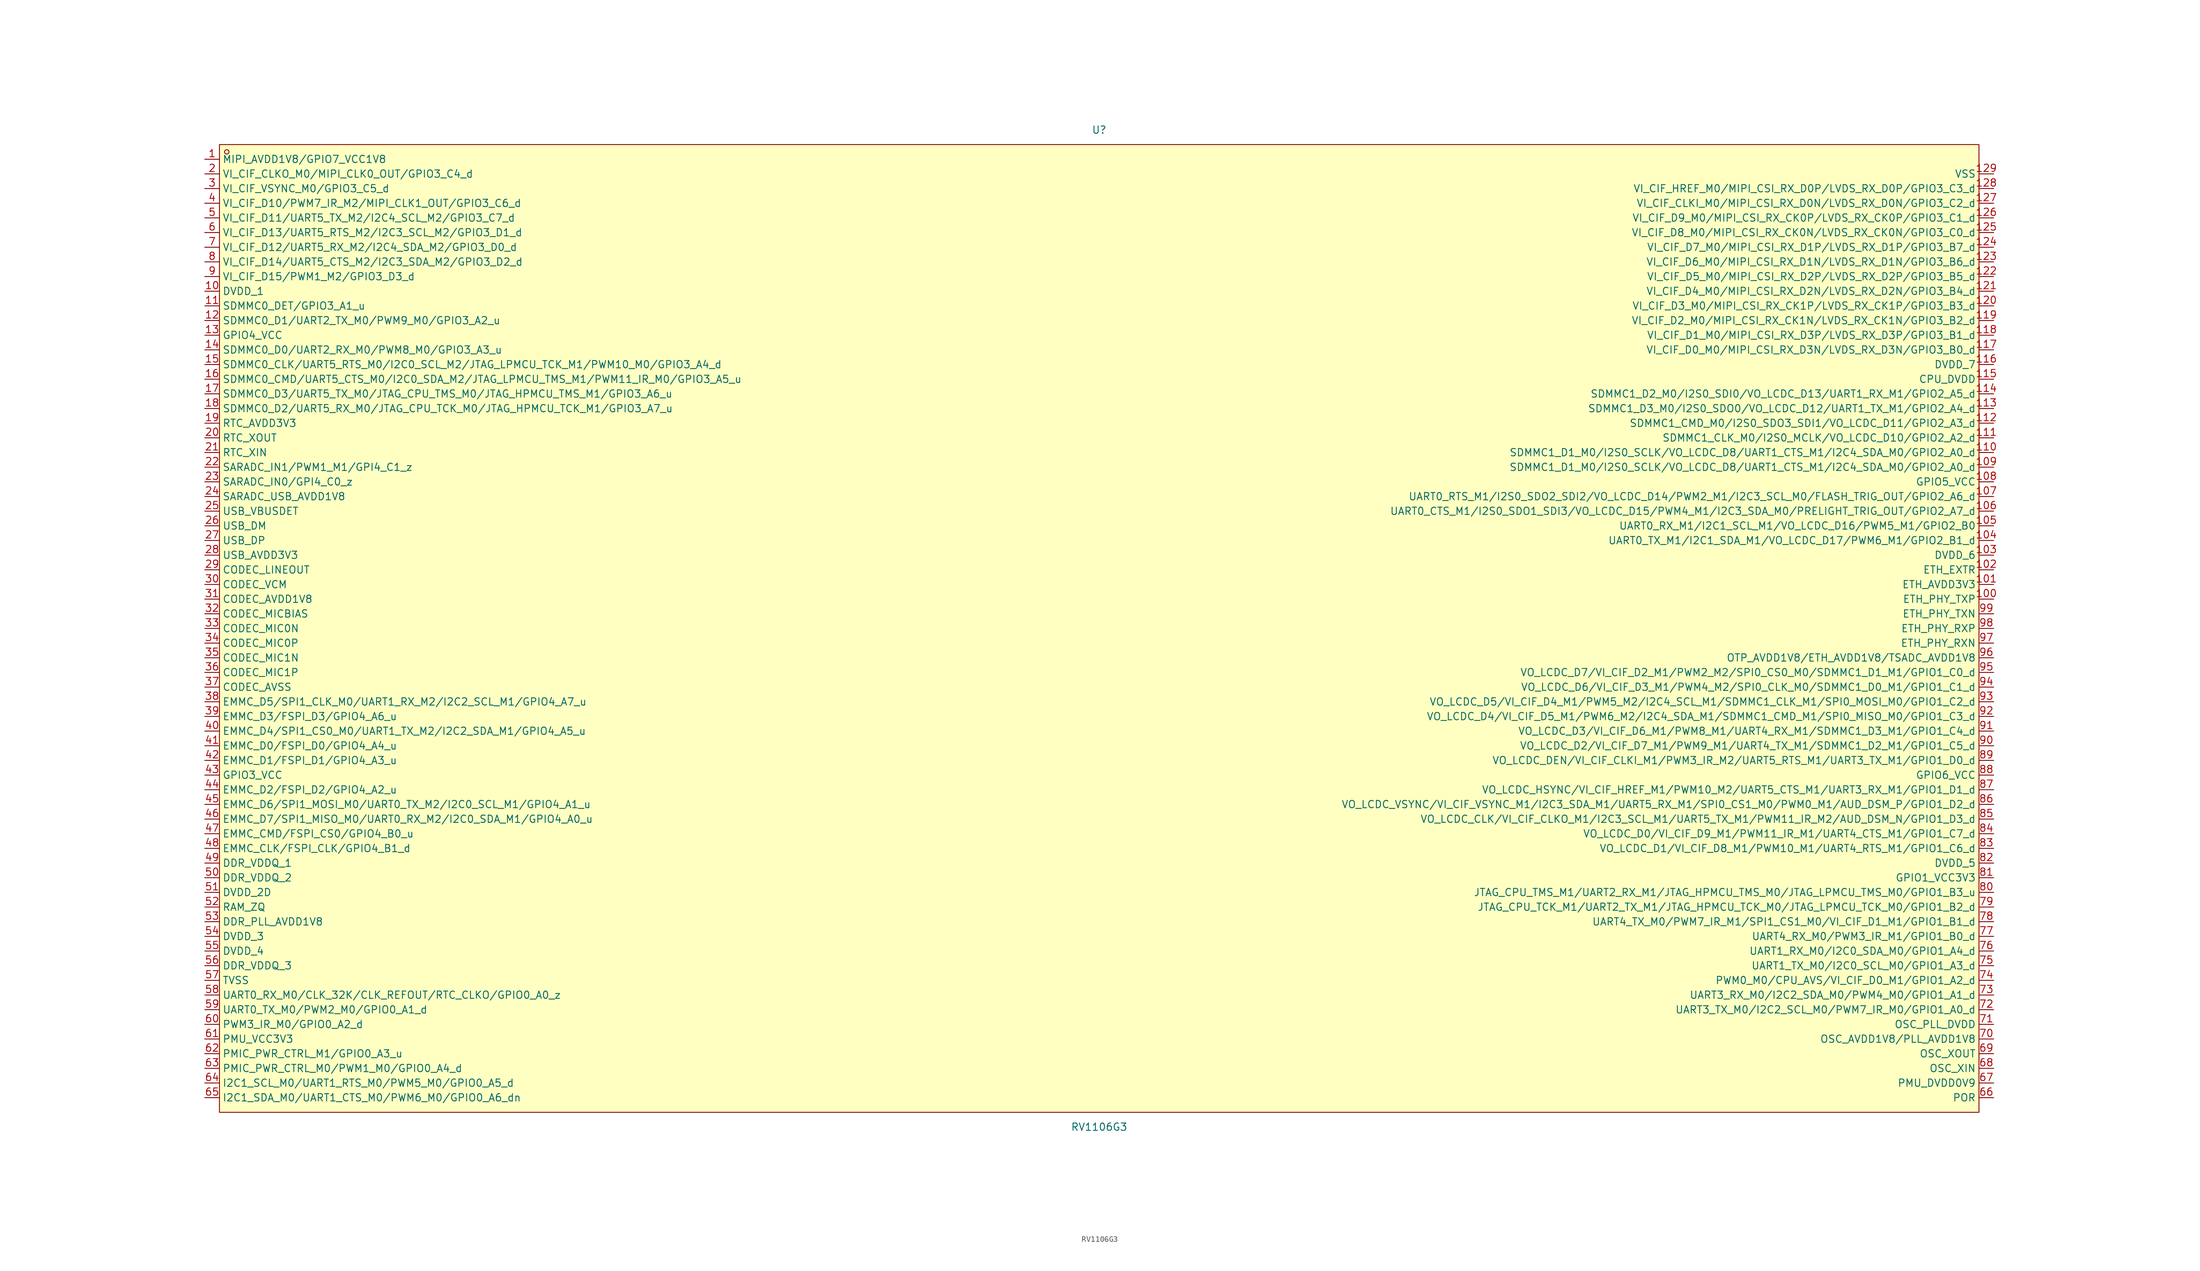
<source format=kicad_sym>
(kicad_symbol_lib
  (version 20211014)
  (generator https://github.com/uPesy/easyeda2kicad.py)
  (symbol "RV1106G3"
    (property "Reference" "U"
      (at 0 86.36 0)
      (effects (font (size 1.27 1.27))))
    (property "Value" "RV1106G3"
      (at 0 -86.36 0)
      (effects (font (size 1.27 1.27))))
    (symbol "RV1106G3_0_1"
      (rectangle (start -152.40 83.82) (end 152.40 -83.82) (stroke (width 0) (type default) (color 0 0 0 0)) (fill (type background)))
      (circle (center -151.13 82.55) (radius 0.38) (stroke (width 0) (type default) (color 0 0 0 0)) (fill (type none)))
      (pin unspecified line (at -154.94 81.28 0) (length 2.54) (name "MIPI_AVDD1V8/GPIO7_VCC1V8" (effects (font (size 1.27 1.27)))) (number "1" (effects (font (size 1.27 1.27)))))
      (pin unspecified line (at -154.94 78.74 0) (length 2.54) (name "VI_CIF_CLKO_M0/MIPI_CLK0_OUT/GPIO3_C4_d" (effects (font (size 1.27 1.27)))) (number "2" (effects (font (size 1.27 1.27)))))
      (pin unspecified line (at -154.94 76.20 0) (length 2.54) (name "VI_CIF_VSYNC_M0/GPIO3_C5_d" (effects (font (size 1.27 1.27)))) (number "3" (effects (font (size 1.27 1.27)))))
      (pin unspecified line (at -154.94 73.66 0) (length 2.54) (name "VI_CIF_D10/PWM7_IR_M2/MIPI_CLK1_OUT/GPIO3_C6_d" (effects (font (size 1.27 1.27)))) (number "4" (effects (font (size 1.27 1.27)))))
      (pin unspecified line (at -154.94 71.12 0) (length 2.54) (name "VI_CIF_D11/UART5_TX_M2/I2C4_SCL_M2/GPIO3_C7_d" (effects (font (size 1.27 1.27)))) (number "5" (effects (font (size 1.27 1.27)))))
      (pin unspecified line (at -154.94 68.58 0) (length 2.54) (name "VI_CIF_D13/UART5_RTS_M2/I2C3_SCL_M2/GPIO3_D1_d" (effects (font (size 1.27 1.27)))) (number "6" (effects (font (size 1.27 1.27)))))
      (pin unspecified line (at -154.94 66.04 0) (length 2.54) (name "VI_CIF_D12/UART5_RX_M2/I2C4_SDA_M2/GPIO3_D0_d" (effects (font (size 1.27 1.27)))) (number "7" (effects (font (size 1.27 1.27)))))
      (pin unspecified line (at -154.94 63.50 0) (length 2.54) (name "VI_CIF_D14/UART5_CTS_M2/I2C3_SDA_M2/GPIO3_D2_d" (effects (font (size 1.27 1.27)))) (number "8" (effects (font (size 1.27 1.27)))))
      (pin unspecified line (at -154.94 60.96 0) (length 2.54) (name "VI_CIF_D15/PWM1_M2/GPIO3_D3_d" (effects (font (size 1.27 1.27)))) (number "9" (effects (font (size 1.27 1.27)))))
      (pin unspecified line (at -154.94 58.42 0) (length 2.54) (name "DVDD_1" (effects (font (size 1.27 1.27)))) (number "10" (effects (font (size 1.27 1.27)))))
      (pin unspecified line (at -154.94 55.88 0) (length 2.54) (name "SDMMC0_DET/GPIO3_A1_u" (effects (font (size 1.27 1.27)))) (number "11" (effects (font (size 1.27 1.27)))))
      (pin unspecified line (at -154.94 53.34 0) (length 2.54) (name "SDMMC0_D1/UART2_TX_M0/PWM9_M0/GPIO3_A2_u" (effects (font (size 1.27 1.27)))) (number "12" (effects (font (size 1.27 1.27)))))
      (pin unspecified line (at -154.94 50.80 0) (length 2.54) (name "GPIO4_VCC" (effects (font (size 1.27 1.27)))) (number "13" (effects (font (size 1.27 1.27)))))
      (pin unspecified line (at -154.94 48.26 0) (length 2.54) (name "SDMMC0_D0/UART2_RX_M0/PWM8_M0/GPIO3_A3_u" (effects (font (size 1.27 1.27)))) (number "14" (effects (font (size 1.27 1.27)))))
      (pin unspecified line (at -154.94 45.72 0) (length 2.54) (name "SDMMC0_CLK/UART5_RTS_M0/I2C0_SCL_M2/JTAG_LPMCU_TCK_M1/PWM10_M0/GPIO3_A4_d" (effects (font (size 1.27 1.27)))) (number "15" (effects (font (size 1.27 1.27)))))
      (pin unspecified line (at -154.94 43.18 0) (length 2.54) (name "SDMMC0_CMD/UART5_CTS_M0/I2C0_SDA_M2/JTAG_LPMCU_TMS_M1/PWM11_IR_M0/GPIO3_A5_u" (effects (font (size 1.27 1.27)))) (number "16" (effects (font (size 1.27 1.27)))))
      (pin unspecified line (at -154.94 40.64 0) (length 2.54) (name "SDMMC0_D3/UART5_TX_M0/JTAG_CPU_TMS_M0/JTAG_HPMCU_TMS_M1/GPIO3_A6_u" (effects (font (size 1.27 1.27)))) (number "17" (effects (font (size 1.27 1.27)))))
      (pin unspecified line (at -154.94 38.10 0) (length 2.54) (name "SDMMC0_D2/UART5_RX_M0/JTAG_CPU_TCK_M0/JTAG_HPMCU_TCK_M1/GPIO3_A7_u" (effects (font (size 1.27 1.27)))) (number "18" (effects (font (size 1.27 1.27)))))
      (pin unspecified line (at -154.94 35.56 0) (length 2.54) (name "RTC_AVDD3V3" (effects (font (size 1.27 1.27)))) (number "19" (effects (font (size 1.27 1.27)))))
      (pin unspecified line (at -154.94 33.02 0) (length 2.54) (name "RTC_XOUT" (effects (font (size 1.27 1.27)))) (number "20" (effects (font (size 1.27 1.27)))))
      (pin unspecified line (at -154.94 30.48 0) (length 2.54) (name "RTC_XIN" (effects (font (size 1.27 1.27)))) (number "21" (effects (font (size 1.27 1.27)))))
      (pin unspecified line (at -154.94 27.94 0) (length 2.54) (name "SARADC_IN1/PWM1_M1/GPI4_C1_z" (effects (font (size 1.27 1.27)))) (number "22" (effects (font (size 1.27 1.27)))))
      (pin unspecified line (at -154.94 25.40 0) (length 2.54) (name "SARADC_IN0/GPI4_C0_z" (effects (font (size 1.27 1.27)))) (number "23" (effects (font (size 1.27 1.27)))))
      (pin unspecified line (at -154.94 22.86 0) (length 2.54) (name "SARADC_USB_AVDD1V8" (effects (font (size 1.27 1.27)))) (number "24" (effects (font (size 1.27 1.27)))))
      (pin unspecified line (at -154.94 20.32 0) (length 2.54) (name "USB_VBUSDET" (effects (font (size 1.27 1.27)))) (number "25" (effects (font (size 1.27 1.27)))))
      (pin unspecified line (at -154.94 17.78 0) (length 2.54) (name "USB_DM" (effects (font (size 1.27 1.27)))) (number "26" (effects (font (size 1.27 1.27)))))
      (pin unspecified line (at -154.94 15.24 0) (length 2.54) (name "USB_DP" (effects (font (size 1.27 1.27)))) (number "27" (effects (font (size 1.27 1.27)))))
      (pin unspecified line (at -154.94 12.70 0) (length 2.54) (name "USB_AVDD3V3" (effects (font (size 1.27 1.27)))) (number "28" (effects (font (size 1.27 1.27)))))
      (pin unspecified line (at -154.94 10.16 0) (length 2.54) (name "CODEC_LINEOUT" (effects (font (size 1.27 1.27)))) (number "29" (effects (font (size 1.27 1.27)))))
      (pin unspecified line (at -154.94 7.62 0) (length 2.54) (name "CODEC_VCM" (effects (font (size 1.27 1.27)))) (number "30" (effects (font (size 1.27 1.27)))))
      (pin unspecified line (at -154.94 5.08 0) (length 2.54) (name "CODEC_AVDD1V8" (effects (font (size 1.27 1.27)))) (number "31" (effects (font (size 1.27 1.27)))))
      (pin unspecified line (at -154.94 2.54 0) (length 2.54) (name "CODEC_MICBIAS" (effects (font (size 1.27 1.27)))) (number "32" (effects (font (size 1.27 1.27)))))
      (pin unspecified line (at -154.94 -0.00 0) (length 2.54) (name "CODEC_MIC0N" (effects (font (size 1.27 1.27)))) (number "33" (effects (font (size 1.27 1.27)))))
      (pin unspecified line (at -154.94 -2.54 0) (length 2.54) (name "CODEC_MIC0P" (effects (font (size 1.27 1.27)))) (number "34" (effects (font (size 1.27 1.27)))))
      (pin unspecified line (at -154.94 -5.08 0) (length 2.54) (name "CODEC_MIC1N" (effects (font (size 1.27 1.27)))) (number "35" (effects (font (size 1.27 1.27)))))
      (pin unspecified line (at -154.94 -7.62 0) (length 2.54) (name "CODEC_MIC1P" (effects (font (size 1.27 1.27)))) (number "36" (effects (font (size 1.27 1.27)))))
      (pin unspecified line (at -154.94 -10.16 0) (length 2.54) (name "CODEC_AVSS" (effects (font (size 1.27 1.27)))) (number "37" (effects (font (size 1.27 1.27)))))
      (pin unspecified line (at -154.94 -12.70 0) (length 2.54) (name "EMMC_D5/SPI1_CLK_M0/UART1_RX_M2/I2C2_SCL_M1/GPIO4_A7_u" (effects (font (size 1.27 1.27)))) (number "38" (effects (font (size 1.27 1.27)))))
      (pin unspecified line (at -154.94 -15.24 0) (length 2.54) (name "EMMC_D3/FSPI_D3/GPIO4_A6_u" (effects (font (size 1.27 1.27)))) (number "39" (effects (font (size 1.27 1.27)))))
      (pin unspecified line (at -154.94 -17.78 0) (length 2.54) (name "EMMC_D4/SPI1_CS0_M0/UART1_TX_M2/I2C2_SDA_M1/GPIO4_A5_u" (effects (font (size 1.27 1.27)))) (number "40" (effects (font (size 1.27 1.27)))))
      (pin unspecified line (at -154.94 -20.32 0) (length 2.54) (name "EMMC_D0/FSPI_D0/GPIO4_A4_u" (effects (font (size 1.27 1.27)))) (number "41" (effects (font (size 1.27 1.27)))))
      (pin unspecified line (at -154.94 -22.86 0) (length 2.54) (name "EMMC_D1/FSPI_D1/GPIO4_A3_u" (effects (font (size 1.27 1.27)))) (number "42" (effects (font (size 1.27 1.27)))))
      (pin unspecified line (at -154.94 -25.40 0) (length 2.54) (name "GPIO3_VCC" (effects (font (size 1.27 1.27)))) (number "43" (effects (font (size 1.27 1.27)))))
      (pin unspecified line (at -154.94 -27.94 0) (length 2.54) (name "EMMC_D2/FSPI_D2/GPIO4_A2_u" (effects (font (size 1.27 1.27)))) (number "44" (effects (font (size 1.27 1.27)))))
      (pin unspecified line (at -154.94 -30.48 0) (length 2.54) (name "EMMC_D6/SPI1_MOSI_M0/UART0_TX_M2/I2C0_SCL_M1/GPIO4_A1_u" (effects (font (size 1.27 1.27)))) (number "45" (effects (font (size 1.27 1.27)))))
      (pin unspecified line (at -154.94 -33.02 0) (length 2.54) (name "EMMC_D7/SPI1_MISO_M0/UART0_RX_M2/I2C0_SDA_M1/GPIO4_A0_u" (effects (font (size 1.27 1.27)))) (number "46" (effects (font (size 1.27 1.27)))))
      (pin unspecified line (at -154.94 -35.56 0) (length 2.54) (name "EMMC_CMD/FSPI_CS0/GPIO4_B0_u" (effects (font (size 1.27 1.27)))) (number "47" (effects (font (size 1.27 1.27)))))
      (pin unspecified line (at -154.94 -38.10 0) (length 2.54) (name "EMMC_CLK/FSPI_CLK/GPIO4_B1_d" (effects (font (size 1.27 1.27)))) (number "48" (effects (font (size 1.27 1.27)))))
      (pin unspecified line (at -154.94 -40.64 0) (length 2.54) (name "DDR_VDDQ_1" (effects (font (size 1.27 1.27)))) (number "49" (effects (font (size 1.27 1.27)))))
      (pin unspecified line (at -154.94 -43.18 0) (length 2.54) (name "DDR_VDDQ_2" (effects (font (size 1.27 1.27)))) (number "50" (effects (font (size 1.27 1.27)))))
      (pin unspecified line (at -154.94 -45.72 0) (length 2.54) (name "DVDD_2D" (effects (font (size 1.27 1.27)))) (number "51" (effects (font (size 1.27 1.27)))))
      (pin unspecified line (at -154.94 -48.26 0) (length 2.54) (name "RAM_ZQ" (effects (font (size 1.27 1.27)))) (number "52" (effects (font (size 1.27 1.27)))))
      (pin unspecified line (at -154.94 -50.80 0) (length 2.54) (name "DDR_PLL_AVDD1V8" (effects (font (size 1.27 1.27)))) (number "53" (effects (font (size 1.27 1.27)))))
      (pin unspecified line (at -154.94 -53.34 0) (length 2.54) (name "DVDD_3" (effects (font (size 1.27 1.27)))) (number "54" (effects (font (size 1.27 1.27)))))
      (pin unspecified line (at -154.94 -55.88 0) (length 2.54) (name "DVDD_4" (effects (font (size 1.27 1.27)))) (number "55" (effects (font (size 1.27 1.27)))))
      (pin unspecified line (at -154.94 -58.42 0) (length 2.54) (name "DDR_VDDQ_3" (effects (font (size 1.27 1.27)))) (number "56" (effects (font (size 1.27 1.27)))))
      (pin unspecified line (at -154.94 -60.96 0) (length 2.54) (name "TVSS" (effects (font (size 1.27 1.27)))) (number "57" (effects (font (size 1.27 1.27)))))
      (pin unspecified line (at -154.94 -63.50 0) (length 2.54) (name "UART0_RX_M0/CLK_32K/CLK_REFOUT/RTC_CLKO/GPIO0_A0_z" (effects (font (size 1.27 1.27)))) (number "58" (effects (font (size 1.27 1.27)))))
      (pin unspecified line (at -154.94 -66.04 0) (length 2.54) (name "UART0_TX_M0/PWM2_M0/GPIO0_A1_d" (effects (font (size 1.27 1.27)))) (number "59" (effects (font (size 1.27 1.27)))))
      (pin unspecified line (at -154.94 -68.58 0) (length 2.54) (name "PWM3_IR_M0/GPIO0_A2_d" (effects (font (size 1.27 1.27)))) (number "60" (effects (font (size 1.27 1.27)))))
      (pin unspecified line (at -154.94 -71.12 0) (length 2.54) (name "PMU_VCC3V3" (effects (font (size 1.27 1.27)))) (number "61" (effects (font (size 1.27 1.27)))))
      (pin unspecified line (at -154.94 -73.66 0) (length 2.54) (name "PMIC_PWR_CTRL_M1/GPIO0_A3_u" (effects (font (size 1.27 1.27)))) (number "62" (effects (font (size 1.27 1.27)))))
      (pin unspecified line (at -154.94 -76.20 0) (length 2.54) (name "PMIC_PWR_CTRL_M0/PWM1_M0/GPIO0_A4_d" (effects (font (size 1.27 1.27)))) (number "63" (effects (font (size 1.27 1.27)))))
      (pin unspecified line (at -154.94 -78.74 0) (length 2.54) (name "I2C1_SCL_M0/UART1_RTS_M0/PWM5_M0/GPIO0_A5_d" (effects (font (size 1.27 1.27)))) (number "64" (effects (font (size 1.27 1.27)))))
      (pin unspecified line (at -154.94 -81.28 0) (length 2.54) (name "I2C1_SDA_M0/UART1_CTS_M0/PWM6_M0/GPIO0_A6_dn" (effects (font (size 1.27 1.27)))) (number "65" (effects (font (size 1.27 1.27)))))
      (pin unspecified line (at 154.94 -81.28 180) (length 2.54) (name "POR" (effects (font (size 1.27 1.27)))) (number "66" (effects (font (size 1.27 1.27)))))
      (pin unspecified line (at 154.94 -78.74 180) (length 2.54) (name "PMU_DVDD0V9" (effects (font (size 1.27 1.27)))) (number "67" (effects (font (size 1.27 1.27)))))
      (pin unspecified line (at 154.94 -76.20 180) (length 2.54) (name "OSC_XIN" (effects (font (size 1.27 1.27)))) (number "68" (effects (font (size 1.27 1.27)))))
      (pin unspecified line (at 154.94 -73.66 180) (length 2.54) (name "OSC_XOUT" (effects (font (size 1.27 1.27)))) (number "69" (effects (font (size 1.27 1.27)))))
      (pin unspecified line (at 154.94 -71.12 180) (length 2.54) (name "OSC_AVDD1V8/PLL_AVDD1V8" (effects (font (size 1.27 1.27)))) (number "70" (effects (font (size 1.27 1.27)))))
      (pin unspecified line (at 154.94 -68.58 180) (length 2.54) (name "OSC_PLL_DVDD" (effects (font (size 1.27 1.27)))) (number "71" (effects (font (size 1.27 1.27)))))
      (pin unspecified line (at 154.94 -66.04 180) (length 2.54) (name "UART3_TX_M0/I2C2_SCL_M0/PWM7_IR_M0/GPIO1_A0_d" (effects (font (size 1.27 1.27)))) (number "72" (effects (font (size 1.27 1.27)))))
      (pin unspecified line (at 154.94 -63.50 180) (length 2.54) (name "UART3_RX_M0/I2C2_SDA_M0/PWM4_M0/GPIO1_A1_d" (effects (font (size 1.27 1.27)))) (number "73" (effects (font (size 1.27 1.27)))))
      (pin unspecified line (at 154.94 -60.96 180) (length 2.54) (name "PWM0_M0/CPU_AVS/VI_CIF_D0_M1/GPIO1_A2_d" (effects (font (size 1.27 1.27)))) (number "74" (effects (font (size 1.27 1.27)))))
      (pin unspecified line (at 154.94 -58.42 180) (length 2.54) (name "UART1_TX_M0/I2C0_SCL_M0/GPIO1_A3_d" (effects (font (size 1.27 1.27)))) (number "75" (effects (font (size 1.27 1.27)))))
      (pin unspecified line (at 154.94 -55.88 180) (length 2.54) (name "UART1_RX_M0/I2C0_SDA_M0/GPIO1_A4_d" (effects (font (size 1.27 1.27)))) (number "76" (effects (font (size 1.27 1.27)))))
      (pin unspecified line (at 154.94 -53.34 180) (length 2.54) (name "UART4_RX_M0/PWM3_IR_M1/GPIO1_B0_d" (effects (font (size 1.27 1.27)))) (number "77" (effects (font (size 1.27 1.27)))))
      (pin unspecified line (at 154.94 -50.80 180) (length 2.54) (name "UART4_TX_M0/PWM7_IR_M1/SPI1_CS1_M0/VI_CIF_D1_M1/GPIO1_B1_d" (effects (font (size 1.27 1.27)))) (number "78" (effects (font (size 1.27 1.27)))))
      (pin unspecified line (at 154.94 -48.26 180) (length 2.54) (name "JTAG_CPU_TCK_M1/UART2_TX_M1/JTAG_HPMCU_TCK_M0/JTAG_LPMCU_TCK_M0/GPIO1_B2_d" (effects (font (size 1.27 1.27)))) (number "79" (effects (font (size 1.27 1.27)))))
      (pin unspecified line (at 154.94 -45.72 180) (length 2.54) (name "JTAG_CPU_TMS_M1/UART2_RX_M1/JTAG_HPMCU_TMS_M0/JTAG_LPMCU_TMS_M0/GPIO1_B3_u" (effects (font (size 1.27 1.27)))) (number "80" (effects (font (size 1.27 1.27)))))
      (pin unspecified line (at 154.94 -43.18 180) (length 2.54) (name "GPIO1_VCC3V3" (effects (font (size 1.27 1.27)))) (number "81" (effects (font (size 1.27 1.27)))))
      (pin unspecified line (at 154.94 -40.64 180) (length 2.54) (name "DVDD_5" (effects (font (size 1.27 1.27)))) (number "82" (effects (font (size 1.27 1.27)))))
      (pin unspecified line (at 154.94 -38.10 180) (length 2.54) (name "VO_LCDC_D1/VI_CIF_D8_M1/PWM10_M1/UART4_RTS_M1/GPIO1_C6_d" (effects (font (size 1.27 1.27)))) (number "83" (effects (font (size 1.27 1.27)))))
      (pin unspecified line (at 154.94 -35.56 180) (length 2.54) (name "VO_LCDC_D0/VI_CIF_D9_M1/PWM11_IR_M1/UART4_CTS_M1/GPIO1_C7_d" (effects (font (size 1.27 1.27)))) (number "84" (effects (font (size 1.27 1.27)))))
      (pin unspecified line (at 154.94 -33.02 180) (length 2.54) (name "VO_LCDC_CLK/VI_CIF_CLKO_M1/I2C3_SCL_M1/UART5_TX_M1/PWM11_IR_M2/AUD_DSM_N/GPIO1_D3_d" (effects (font (size 1.27 1.27)))) (number "85" (effects (font (size 1.27 1.27)))))
      (pin unspecified line (at 154.94 -30.48 180) (length 2.54) (name "VO_LCDC_VSYNC/VI_CIF_VSYNC_M1/I2C3_SDA_M1/UART5_RX_M1/SPI0_CS1_M0/PWM0_M1/AUD_DSM_P/GPIO1_D2_d" (effects (font (size 1.27 1.27)))) (number "86" (effects (font (size 1.27 1.27)))))
      (pin unspecified line (at 154.94 -27.94 180) (length 2.54) (name "VO_LCDC_HSYNC/VI_CIF_HREF_M1/PWM10_M2/UART5_CTS_M1/UART3_RX_M1/GPIO1_D1_d" (effects (font (size 1.27 1.27)))) (number "87" (effects (font (size 1.27 1.27)))))
      (pin unspecified line (at 154.94 -25.40 180) (length 2.54) (name "GPIO6_VCC" (effects (font (size 1.27 1.27)))) (number "88" (effects (font (size 1.27 1.27)))))
      (pin unspecified line (at 154.94 -22.86 180) (length 2.54) (name "VO_LCDC_DEN/VI_CIF_CLKI_M1/PWM3_IR_M2/UART5_RTS_M1/UART3_TX_M1/GPIO1_D0_d" (effects (font (size 1.27 1.27)))) (number "89" (effects (font (size 1.27 1.27)))))
      (pin unspecified line (at 154.94 -20.32 180) (length 2.54) (name "VO_LCDC_D2/VI_CIF_D7_M1/PWM9_M1/UART4_TX_M1/SDMMC1_D2_M1/GPIO1_C5_d" (effects (font (size 1.27 1.27)))) (number "90" (effects (font (size 1.27 1.27)))))
      (pin unspecified line (at 154.94 -17.78 180) (length 2.54) (name "VO_LCDC_D3/VI_CIF_D6_M1/PWM8_M1/UART4_RX_M1/SDMMC1_D3_M1/GPIO1_C4_d" (effects (font (size 1.27 1.27)))) (number "91" (effects (font (size 1.27 1.27)))))
      (pin unspecified line (at 154.94 -15.24 180) (length 2.54) (name "VO_LCDC_D4/VI_CIF_D5_M1/PWM6_M2/I2C4_SDA_M1/SDMMC1_CMD_M1/SPI0_MISO_M0/GPIO1_C3_d" (effects (font (size 1.27 1.27)))) (number "92" (effects (font (size 1.27 1.27)))))
      (pin unspecified line (at 154.94 -12.70 180) (length 2.54) (name "VO_LCDC_D5/VI_CIF_D4_M1/PWM5_M2/I2C4_SCL_M1/SDMMC1_CLK_M1/SPI0_MOSI_M0/GPIO1_C2_d" (effects (font (size 1.27 1.27)))) (number "93" (effects (font (size 1.27 1.27)))))
      (pin unspecified line (at 154.94 -10.16 180) (length 2.54) (name "VO_LCDC_D6/VI_CIF_D3_M1/PWM4_M2/SPI0_CLK_M0/SDMMC1_D0_M1/GPIO1_C1_d" (effects (font (size 1.27 1.27)))) (number "94" (effects (font (size 1.27 1.27)))))
      (pin unspecified line (at 154.94 -7.62 180) (length 2.54) (name "VO_LCDC_D7/VI_CIF_D2_M1/PWM2_M2/SPI0_CS0_M0/SDMMC1_D1_M1/GPIO1_C0_d" (effects (font (size 1.27 1.27)))) (number "95" (effects (font (size 1.27 1.27)))))
      (pin unspecified line (at 154.94 -5.08 180) (length 2.54) (name "OTP_AVDD1V8/ETH_AVDD1V8/TSADC_AVDD1V8" (effects (font (size 1.27 1.27)))) (number "96" (effects (font (size 1.27 1.27)))))
      (pin unspecified line (at 154.94 -2.54 180) (length 2.54) (name "ETH_PHY_RXN" (effects (font (size 1.27 1.27)))) (number "97" (effects (font (size 1.27 1.27)))))
      (pin unspecified line (at 154.94 -0.00 180) (length 2.54) (name "ETH_PHY_RXP" (effects (font (size 1.27 1.27)))) (number "98" (effects (font (size 1.27 1.27)))))
      (pin unspecified line (at 154.94 2.54 180) (length 2.54) (name "ETH_PHY_TXN" (effects (font (size 1.27 1.27)))) (number "99" (effects (font (size 1.27 1.27)))))
      (pin unspecified line (at 154.94 5.08 180) (length 2.54) (name "ETH_PHY_TXP" (effects (font (size 1.27 1.27)))) (number "100" (effects (font (size 1.27 1.27)))))
      (pin unspecified line (at 154.94 7.62 180) (length 2.54) (name "ETH_AVDD3V3" (effects (font (size 1.27 1.27)))) (number "101" (effects (font (size 1.27 1.27)))))
      (pin unspecified line (at 154.94 10.16 180) (length 2.54) (name "ETH_EXTR" (effects (font (size 1.27 1.27)))) (number "102" (effects (font (size 1.27 1.27)))))
      (pin unspecified line (at 154.94 12.70 180) (length 2.54) (name "DVDD_6" (effects (font (size 1.27 1.27)))) (number "103" (effects (font (size 1.27 1.27)))))
      (pin unspecified line (at 154.94 15.24 180) (length 2.54) (name "UART0_TX_M1/I2C1_SDA_M1/VO_LCDC_D17/PWM6_M1/GPIO2_B1_d" (effects (font (size 1.27 1.27)))) (number "104" (effects (font (size 1.27 1.27)))))
      (pin unspecified line (at 154.94 17.78 180) (length 2.54) (name "UART0_RX_M1/I2C1_SCL_M1/VO_LCDC_D16/PWM5_M1/GPIO2_B0" (effects (font (size 1.27 1.27)))) (number "105" (effects (font (size 1.27 1.27)))))
      (pin unspecified line (at 154.94 20.32 180) (length 2.54) (name "UART0_CTS_M1/I2S0_SDO1_SDI3/VO_LCDC_D15/PWM4_M1/I2C3_SDA_M0/PRELIGHT_TRIG_OUT/GPIO2_A7_d" (effects (font (size 1.27 1.27)))) (number "106" (effects (font (size 1.27 1.27)))))
      (pin unspecified line (at 154.94 22.86 180) (length 2.54) (name "UART0_RTS_M1/I2S0_SDO2_SDI2/VO_LCDC_D14/PWM2_M1/I2C3_SCL_M0/FLASH_TRIG_OUT/GPIO2_A6_d" (effects (font (size 1.27 1.27)))) (number "107" (effects (font (size 1.27 1.27)))))
      (pin unspecified line (at 154.94 25.40 180) (length 2.54) (name "GPIO5_VCC" (effects (font (size 1.27 1.27)))) (number "108" (effects (font (size 1.27 1.27)))))
      (pin unspecified line (at 154.94 27.94 180) (length 2.54) (name "SDMMC1_D1_M0/I2S0_SCLK/VO_LCDC_D8/UART1_CTS_M1/I2C4_SDA_M0/GPIO2_A0_d" (effects (font (size 1.27 1.27)))) (number "109" (effects (font (size 1.27 1.27)))))
      (pin unspecified line (at 154.94 30.48 180) (length 2.54) (name "SDMMC1_D1_M0/I2S0_SCLK/VO_LCDC_D8/UART1_CTS_M1/I2C4_SDA_M0/GPIO2_A0_d" (effects (font (size 1.27 1.27)))) (number "110" (effects (font (size 1.27 1.27)))))
      (pin unspecified line (at 154.94 33.02 180) (length 2.54) (name "SDMMC1_CLK_M0/I2S0_MCLK/VO_LCDC_D10/GPIO2_A2_d" (effects (font (size 1.27 1.27)))) (number "111" (effects (font (size 1.27 1.27)))))
      (pin unspecified line (at 154.94 35.56 180) (length 2.54) (name "SDMMC1_CMD_M0/I2S0_SDO3_SDI1/VO_LCDC_D11/GPIO2_A3_d" (effects (font (size 1.27 1.27)))) (number "112" (effects (font (size 1.27 1.27)))))
      (pin unspecified line (at 154.94 38.10 180) (length 2.54) (name "SDMMC1_D3_M0/I2S0_SDO0/VO_LCDC_D12/UART1_TX_M1/GPIO2_A4_d" (effects (font (size 1.27 1.27)))) (number "113" (effects (font (size 1.27 1.27)))))
      (pin unspecified line (at 154.94 40.64 180) (length 2.54) (name "SDMMC1_D2_M0/I2S0_SDI0/VO_LCDC_D13/UART1_RX_M1/GPIO2_A5_d" (effects (font (size 1.27 1.27)))) (number "114" (effects (font (size 1.27 1.27)))))
      (pin unspecified line (at 154.94 43.18 180) (length 2.54) (name "CPU_DVDD" (effects (font (size 1.27 1.27)))) (number "115" (effects (font (size 1.27 1.27)))))
      (pin unspecified line (at 154.94 45.72 180) (length 2.54) (name "DVDD_7" (effects (font (size 1.27 1.27)))) (number "116" (effects (font (size 1.27 1.27)))))
      (pin unspecified line (at 154.94 48.26 180) (length 2.54) (name "VI_CIF_D0_M0/MIPI_CSI_RX_D3N/LVDS_RX_D3N/GPIO3_B0_d" (effects (font (size 1.27 1.27)))) (number "117" (effects (font (size 1.27 1.27)))))
      (pin unspecified line (at 154.94 50.80 180) (length 2.54) (name "VI_CIF_D1_M0/MIPI_CSI_RX_D3P/LVDS_RX_D3P/GPIO3_B1_d" (effects (font (size 1.27 1.27)))) (number "118" (effects (font (size 1.27 1.27)))))
      (pin unspecified line (at 154.94 53.34 180) (length 2.54) (name "VI_CIF_D2_M0/MIPI_CSI_RX_CK1N/LVDS_RX_CK1N/GPIO3_B2_d" (effects (font (size 1.27 1.27)))) (number "119" (effects (font (size 1.27 1.27)))))
      (pin unspecified line (at 154.94 55.88 180) (length 2.54) (name "VI_CIF_D3_M0/MIPI_CSI_RX_CK1P/LVDS_RX_CK1P/GPIO3_B3_d" (effects (font (size 1.27 1.27)))) (number "120" (effects (font (size 1.27 1.27)))))
      (pin unspecified line (at 154.94 58.42 180) (length 2.54) (name "VI_CIF_D4_M0/MIPI_CSI_RX_D2N/LVDS_RX_D2N/GPIO3_B4_d" (effects (font (size 1.27 1.27)))) (number "121" (effects (font (size 1.27 1.27)))))
      (pin unspecified line (at 154.94 60.96 180) (length 2.54) (name "VI_CIF_D5_M0/MIPI_CSI_RX_D2P/LVDS_RX_D2P/GPIO3_B5_d" (effects (font (size 1.27 1.27)))) (number "122" (effects (font (size 1.27 1.27)))))
      (pin unspecified line (at 154.94 63.50 180) (length 2.54) (name "VI_CIF_D6_M0/MIPI_CSI_RX_D1N/LVDS_RX_D1N/GPIO3_B6_d" (effects (font (size 1.27 1.27)))) (number "123" (effects (font (size 1.27 1.27)))))
      (pin unspecified line (at 154.94 66.04 180) (length 2.54) (name "VI_CIF_D7_M0/MIPI_CSI_RX_D1P/LVDS_RX_D1P/GPIO3_B7_d" (effects (font (size 1.27 1.27)))) (number "124" (effects (font (size 1.27 1.27)))))
      (pin unspecified line (at 154.94 68.58 180) (length 2.54) (name "VI_CIF_D8_M0/MIPI_CSI_RX_CK0N/LVDS_RX_CK0N/GPIO3_C0_d" (effects (font (size 1.27 1.27)))) (number "125" (effects (font (size 1.27 1.27)))))
      (pin unspecified line (at 154.94 71.12 180) (length 2.54) (name "VI_CIF_D9_M0/MIPI_CSI_RX_CK0P/LVDS_RX_CK0P/GPIO3_C1_d" (effects (font (size 1.27 1.27)))) (number "126" (effects (font (size 1.27 1.27)))))
      (pin unspecified line (at 154.94 73.66 180) (length 2.54) (name "VI_CIF_CLKI_M0/MIPI_CSI_RX_D0N/LVDS_RX_D0N/GPIO3_C2_d" (effects (font (size 1.27 1.27)))) (number "127" (effects (font (size 1.27 1.27)))))
      (pin unspecified line (at 154.94 76.20 180) (length 2.54) (name "VI_CIF_HREF_M0/MIPI_CSI_RX_D0P/LVDS_RX_D0P/GPIO3_C3_d" (effects (font (size 1.27 1.27)))) (number "128" (effects (font (size 1.27 1.27)))))
      (pin unspecified line (at 154.94 78.74 180) (length 2.54) (name "VSS" (effects (font (size 1.27 1.27)))) (number "129" (effects (font (size 1.27 1.27))))))))
</source>
